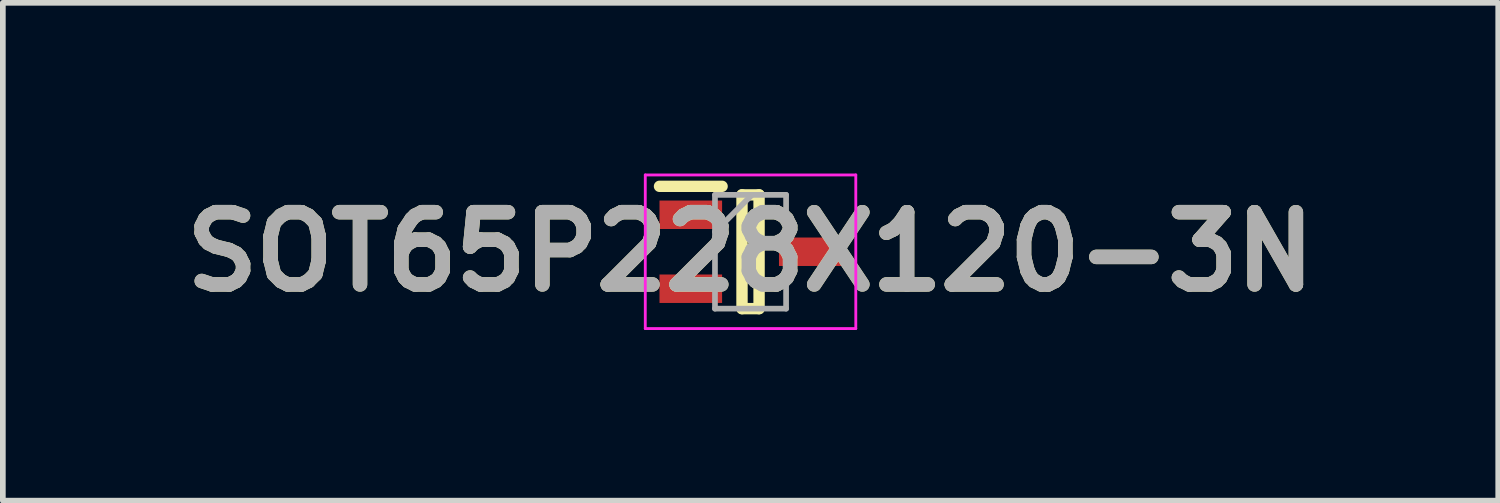
<source format=kicad_pcb>
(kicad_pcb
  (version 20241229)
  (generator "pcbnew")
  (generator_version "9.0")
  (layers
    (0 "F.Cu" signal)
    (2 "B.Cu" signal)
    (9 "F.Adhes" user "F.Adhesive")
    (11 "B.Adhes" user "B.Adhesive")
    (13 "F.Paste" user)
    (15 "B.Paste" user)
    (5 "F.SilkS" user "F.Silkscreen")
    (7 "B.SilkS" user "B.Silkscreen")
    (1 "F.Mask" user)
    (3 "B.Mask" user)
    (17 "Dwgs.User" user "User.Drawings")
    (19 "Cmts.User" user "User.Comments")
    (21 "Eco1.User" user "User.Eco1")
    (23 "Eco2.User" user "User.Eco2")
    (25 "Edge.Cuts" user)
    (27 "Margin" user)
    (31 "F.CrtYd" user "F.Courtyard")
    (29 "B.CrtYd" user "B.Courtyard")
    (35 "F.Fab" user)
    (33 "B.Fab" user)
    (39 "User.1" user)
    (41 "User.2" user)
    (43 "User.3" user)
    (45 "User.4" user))
  (footprint "SOT65P228X120-3N"
    (layer "F.Cu")
    (at 10.142 1.375)
    (property "Reference" "SOT65P228X120-3N" (at 0 0 0) (layer "F.SilkS") (effects (font (size 1.27 1.27) (thickness 0.254))))
    (attr smd)
    (fp_line (start -1.6 -1.15) (end -0.5 -1.15) (stroke (width 0.2) (type solid)) (layer "F.SilkS"))
    (fp_line (start -0.15 -1) (end 0.15 -1) (stroke (width 0.2) (type solid)) (layer "F.SilkS"))
    (fp_line (start -0.15 1) (end -0.15 -1) (stroke (width 0.2) (type solid)) (layer "F.SilkS"))
    (fp_line (start 0.15 -1) (end 0.15 1) (stroke (width 0.2) (type solid)) (layer "F.SilkS"))
    (fp_line (start 0.15 1) (end -0.15 1) (stroke (width 0.2) (type solid)) (layer "F.SilkS"))
    (fp_line (start -1.85 -1.35) (end 1.85 -1.35) (stroke (width 0.05) (type solid)) (layer "F.CrtYd"))
    (fp_line (start -1.85 1.35) (end -1.85 -1.35) (stroke (width 0.05) (type solid)) (layer "F.CrtYd"))
    (fp_line (start 1.85 -1.35) (end 1.85 1.35) (stroke (width 0.05) (type solid)) (layer "F.CrtYd"))
    (fp_line (start 1.85 1.35) (end -1.85 1.35) (stroke (width 0.05) (type solid)) (layer "F.CrtYd"))
    (fp_line (start -0.625 -1) (end 0.625 -1) (stroke (width 0.1) (type solid)) (layer "F.Fab"))
    (fp_line (start -0.625 -0.35) (end 0.025 -1) (stroke (width 0.1) (type solid)) (layer "F.Fab"))
    (fp_line (start -0.625 1) (end -0.625 -1) (stroke (width 0.1) (type solid)) (layer "F.Fab"))
    (fp_line (start 0.625 -1) (end 0.625 1) (stroke (width 0.1) (type solid)) (layer "F.Fab"))
    (fp_line (start 0.625 1) (end -0.625 1) (stroke (width 0.1) (type solid)) (layer "F.Fab"))
    (fp_text user "${REFERENCE}" (at 0 0 0) (layer "F.Fab") (effects (font (size 1.27 1.27) (thickness 0.254))))
    (pad "1" smd rect (at -1.05 -0.65 90) (size 0.5 1.1) (layers "F.Cu" "F.Mask" "F.Paste"))
    (pad "2" smd rect (at -1.05 0.65 90) (size 0.5 1.1) (layers "F.Cu" "F.Mask" "F.Paste"))
    (pad "3" smd rect (at 1.05 0 90) (size 0.5 1.1) (layers "F.Cu" "F.Mask" "F.Paste")))
  (gr_rect
    (start -3 -3)
    (end 23.284 5.75)
    (stroke (width 0.1) (type default))
    (fill no)
    (layer "Edge.Cuts")))
</source>
